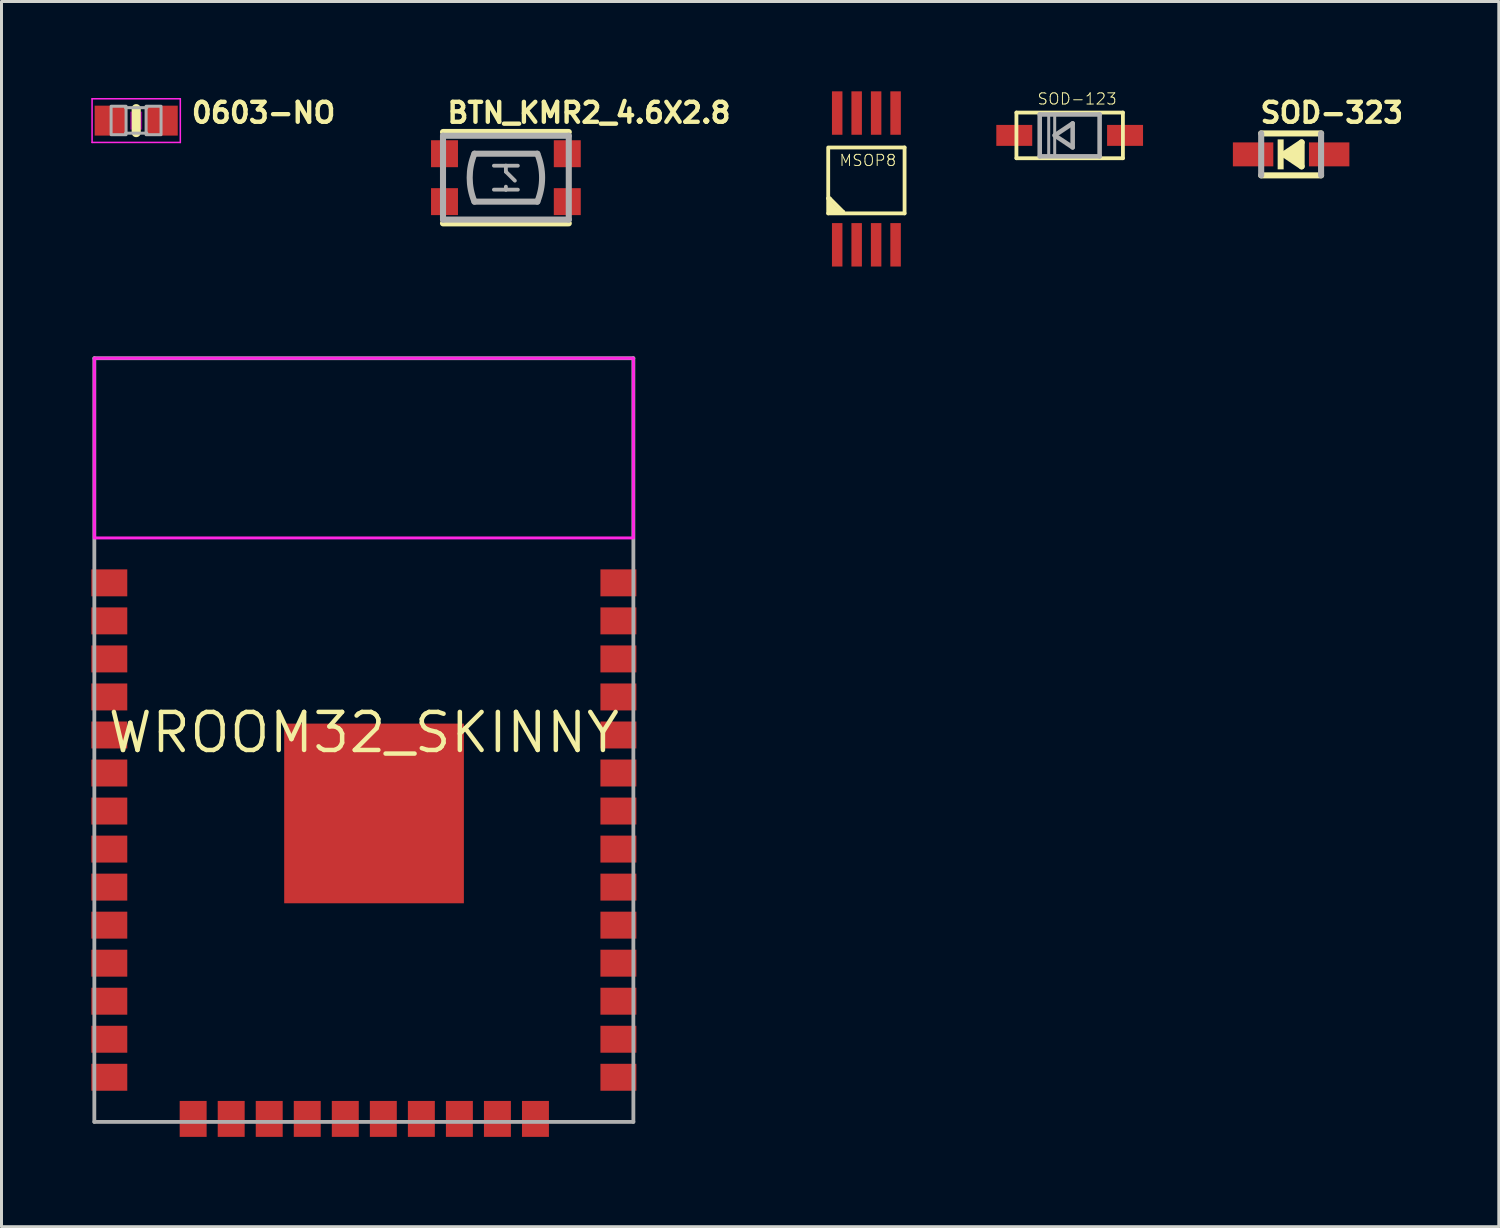
<source format=kicad_pcb>
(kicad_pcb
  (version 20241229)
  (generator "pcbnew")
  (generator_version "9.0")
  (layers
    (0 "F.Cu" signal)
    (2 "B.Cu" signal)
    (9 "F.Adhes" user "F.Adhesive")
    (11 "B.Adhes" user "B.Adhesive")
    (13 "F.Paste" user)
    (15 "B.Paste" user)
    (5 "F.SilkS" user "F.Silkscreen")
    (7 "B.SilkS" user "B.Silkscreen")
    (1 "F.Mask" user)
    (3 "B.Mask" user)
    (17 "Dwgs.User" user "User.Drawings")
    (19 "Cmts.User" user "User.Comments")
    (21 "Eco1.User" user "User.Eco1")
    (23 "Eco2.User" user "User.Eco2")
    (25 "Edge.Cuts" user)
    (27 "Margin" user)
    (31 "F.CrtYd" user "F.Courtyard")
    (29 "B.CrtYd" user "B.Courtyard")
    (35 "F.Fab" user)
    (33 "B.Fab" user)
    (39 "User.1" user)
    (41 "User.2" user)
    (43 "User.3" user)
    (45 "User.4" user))
  (footprint "0603-NO"
    (layer "F.Cu")
    (at 1.498 0.978)
    (property "Reference" "0603-NO" (at 1.778 0.127 0) (layer "F.SilkS") (effects (font (size 0.666 0.666) (thickness 0.146)) (justify left bottom)))
    (fp_line (start 0 -0.4) (end 0 0.4) (stroke (width 0.305) (type solid)) (layer "F.SilkS"))
    (fp_poly (pts (xy -0.2 0.3) (xy 0.2 0.3) (xy 0.2 -0.3) (xy -0.2 -0.3)) (stroke (width 0) (type solid)) (fill yes) (layer "F.Adhes"))
    (fp_line (start -1.473 -0.729) (end 1.473 -0.729) (stroke (width 0.051) (type solid)) (layer "F.CrtYd"))
    (fp_line (start -1.473 0.729) (end -1.473 -0.729) (stroke (width 0.051) (type solid)) (layer "F.CrtYd"))
    (fp_line (start 1.473 -0.729) (end 1.473 0.729) (stroke (width 0.051) (type solid)) (layer "F.CrtYd"))
    (fp_line (start 1.473 0.729) (end -1.473 0.729) (stroke (width 0.051) (type solid)) (layer "F.CrtYd"))
    (fp_line (start -0.356 -0.432) (end 0.356 -0.432) (stroke (width 0.102) (type solid)) (layer "F.Fab"))
    (fp_line (start -0.356 0.419) (end 0.356 0.419) (stroke (width 0.102) (type solid)) (layer "F.Fab"))
    (fp_poly (pts (xy -0.838 0.47) (xy -0.338 0.47) (xy -0.338 -0.48) (xy -0.838 -0.48)) (stroke (width 0.1) (type solid)) (fill no) (layer "F.Fab"))
    (fp_poly (pts (xy 0.33 0.47) (xy 0.83 0.47) (xy 0.83 -0.48) (xy 0.33 -0.48)) (stroke (width 0.1) (type solid)) (fill no) (layer "F.Fab"))
    (pad "1" smd rect (at -0.85 0) (size 1.075 1) (layers "F.Cu" "F.Mask" "F.Paste"))
    (pad "2" smd rect (at 0.85 0) (size 1.075 1) (layers "F.Cu" "F.Mask" "F.Paste")))
  (footprint "SOD-323"
    (layer "F.Cu")
    (at 40.064 2.105)
    (property "Reference" "SOD-323" (at -1.1 -1 0) (layer "F.SilkS") (effects (font (size 0.666 0.666) (thickness 0.146)) (justify left bottom)))
    (fp_line (start -1 -0.7) (end 1 -0.7) (stroke (width 0.203) (type solid)) (layer "F.SilkS"))
    (fp_line (start -0.25 0) (end 0.35 -0.4) (stroke (width 0.203) (type solid)) (layer "F.SilkS"))
    (fp_line (start 0.35 -0.4) (end 0.35 0.4) (stroke (width 0.203) (type solid)) (layer "F.SilkS"))
    (fp_line (start 0.35 0.4) (end -0.25 0) (stroke (width 0.203) (type solid)) (layer "F.SilkS"))
    (fp_line (start 1 0.7) (end -1 0.7) (stroke (width 0.203) (type solid)) (layer "F.SilkS"))
    (fp_poly (pts (xy 0.302 0.39) (xy -0.283 0) (xy 0.302 -0.39)) (stroke (width 0) (type solid)) (fill yes) (layer "F.SilkS"))
    (fp_poly (pts (xy -0.45 0.5) (xy -0.25 0.5) (xy -0.25 -0.5) (xy -0.45 -0.5)) (stroke (width 0) (type solid)) (fill yes) (layer "F.SilkS"))
    (fp_line (start -1 0.7) (end -1 -0.7) (stroke (width 0.203) (type solid)) (layer "F.Fab"))
    (fp_line (start 1 -0.7) (end 1 0.7) (stroke (width 0.203) (type solid)) (layer "F.Fab"))
    (pad "A" smd rect (at 1.27 0) (size 1.35 0.8) (layers "F.Cu" "F.Mask" "F.Paste"))
    (pad "C" smd rect (at -1.27 0) (size 1.35 0.8) (layers "F.Cu" "F.Mask" "F.Paste")))
  (footprint "MSOP8"
    (layer "F.Cu")
    (at 24.906 5.125)
    (property "Reference" "MSOP8" (at 0.05 -2.6 0) (layer "F.SilkS") (effects (font (size 0.374 0.374) (thickness 0.033)) (justify left bottom)))
    (fp_line (start -0.3 -1.55) (end -0.3 -3.25) (stroke (width 0.127) (type solid)) (layer "F.SilkS"))
    (fp_line (start -0.3 -1.55) (end -0.25 -1.55) (stroke (width 0.127) (type solid)) (layer "F.SilkS"))
    (fp_line (start -0.3 -1.05) (end -0.3 -1.55) (stroke (width 0.127) (type solid)) (layer "F.SilkS"))
    (fp_line (start -0.25 -3.25) (end 2.25 -3.25) (stroke (width 0.127) (type solid)) (layer "F.SilkS"))
    (fp_line (start -0.25 -1.55) (end 0.2 -1.1) (stroke (width 0.127) (type solid)) (layer "F.SilkS"))
    (fp_line (start -0.25 -1.4) (end -0.25 -1.2) (stroke (width 0.127) (type solid)) (layer "F.SilkS"))
    (fp_line (start -0.25 -1.2) (end -0.2 -1.2) (stroke (width 0.127) (type solid)) (layer "F.SilkS"))
    (fp_line (start -0.2 -1.2) (end -0.15 -1.15) (stroke (width 0.127) (type solid)) (layer "F.SilkS"))
    (fp_line (start 0 -1.15) (end -0.25 -1.4) (stroke (width 0.127) (type solid)) (layer "F.SilkS"))
    (fp_line (start 0 -1.15) (end -0.25 -1.15) (stroke (width 0.127) (type solid)) (layer "F.SilkS"))
    (fp_line (start 0.05 -1.1) (end 0 -1.15) (stroke (width 0.127) (type solid)) (layer "F.SilkS"))
    (fp_line (start 0.2 -1.1) (end 0.05 -1.1) (stroke (width 0.127) (type solid)) (layer "F.SilkS"))
    (fp_line (start 2.25 -3.25) (end 2.25 -1.05) (stroke (width 0.127) (type solid)) (layer "F.SilkS"))
    (fp_line (start 2.25 -1.05) (end -0.3 -1.05) (stroke (width 0.127) (type solid)) (layer "F.SilkS"))
    (pad "P$1" smd rect (at 0 0 90) (size 1.45 0.35) (layers "F.Cu" "F.Mask" "F.Paste"))
    (pad "P$2" smd rect (at 0.65 0 90) (size 1.45 0.35) (layers "F.Cu" "F.Mask" "F.Paste"))
    (pad "P$3" smd rect (at 1.3 0 90) (size 1.45 0.35) (layers "F.Cu" "F.Mask" "F.Paste"))
    (pad "P$4" smd rect (at 1.95 0 90) (size 1.45 0.35) (layers "F.Cu" "F.Mask" "F.Paste"))
    (pad "P$5" smd rect (at 1.95 -4.4 90) (size 1.45 0.35) (layers "F.Cu" "F.Mask" "F.Paste"))
    (pad "P$6" smd rect (at 1.3 -4.4 90) (size 1.45 0.35) (layers "F.Cu" "F.Mask" "F.Paste"))
    (pad "P$7" smd rect (at 0.65 -4.4 90) (size 1.45 0.35) (layers "F.Cu" "F.Mask" "F.Paste"))
    (pad "P$8" smd rect (at 0 -4.4 90) (size 1.45 0.35) (layers "F.Cu" "F.Mask" "F.Paste")))
  (footprint "SOD-123"
    (layer "F.Cu")
    (at 32.669 1.471)
    (property "Reference" "SOD-123" (at -1.1 -1 0) (layer "F.SilkS") (effects (font (size 0.374 0.374) (thickness 0.033)) (justify left bottom)))
    (fp_line (start -1.778 -0.762) (end 1.778 -0.762) (stroke (width 0.127) (type solid)) (layer "F.SilkS"))
    (fp_line (start -1.778 0.762) (end -1.778 -0.762) (stroke (width 0.127) (type solid)) (layer "F.SilkS"))
    (fp_line (start 1.778 -0.762) (end 1.778 0.762) (stroke (width 0.127) (type solid)) (layer "F.SilkS"))
    (fp_line (start 1.778 0.762) (end -1.778 0.762) (stroke (width 0.127) (type solid)) (layer "F.SilkS"))
    (fp_line (start -1 -0.7) (end 1 -0.7) (stroke (width 0.152) (type solid)) (layer "F.Fab"))
    (fp_line (start -1 0.7) (end -1 -0.7) (stroke (width 0.152) (type solid)) (layer "F.Fab"))
    (fp_line (start -0.5 0) (end 0.1 -0.4) (stroke (width 0.152) (type solid)) (layer "F.Fab"))
    (fp_line (start 0.1 -0.4) (end 0.1 0.4) (stroke (width 0.152) (type solid)) (layer "F.Fab"))
    (fp_line (start 0.1 0.4) (end -0.5 0) (stroke (width 0.152) (type solid)) (layer "F.Fab"))
    (fp_line (start 1 -0.7) (end 1 0.7) (stroke (width 0.152) (type solid)) (layer "F.Fab"))
    (fp_line (start 1 0.7) (end -1 0.7) (stroke (width 0.152) (type solid)) (layer "F.Fab"))
    (fp_poly (pts (xy -0.7 0.7) (xy -0.5 0.7) (xy -0.5 -0.7) (xy -0.7 -0.7)) (stroke (width 0.1) (type solid)) (fill no) (layer "F.Fab"))
    (pad "A" smd rect (at 1.85 0) (size 1.2 0.7) (layers "F.Cu" "F.Mask" "F.Paste"))
    (pad "C" smd rect (at -1.85 0) (size 1.2 0.7) (layers "F.Cu" "F.Mask" "F.Paste")))
  (footprint "BTN_KMR2_4.6X2.8"
    (layer "F.Cu")
    (at 13.843 2.883)
    (property "Reference" "BTN_KMR2_4.6X2.8" (at -2.032 -1.778 0) (layer "F.SilkS") (effects (font (size 0.666 0.666) (thickness 0.146)) (justify left bottom)))
    (fp_line (start -2.1 -1.525) (end 2.1 -1.525) (stroke (width 0.203) (type solid)) (layer "F.SilkS"))
    (fp_line (start 2.1 1.525) (end -2.1 1.525) (stroke (width 0.203) (type solid)) (layer "F.SilkS"))
    (fp_line (start -2.1 -1.4) (end 2.1 -1.4) (stroke (width 0.203) (type solid)) (layer "F.Fab"))
    (fp_line (start -2.1 1.4) (end -2.1 -1.4) (stroke (width 0.203) (type solid)) (layer "F.Fab"))
    (fp_line (start -1.05 -0.8) (end 1.05 -0.8) (stroke (width 0.203) (type solid)) (layer "F.Fab"))
    (fp_line (start -0.4 -0.4) (end 0 -0.4) (stroke (width 0.127) (type solid)) (layer "F.Fab"))
    (fp_line (start -0.4 0.4) (end 0 0.4) (stroke (width 0.127) (type solid)) (layer "F.Fab"))
    (fp_line (start 0 -0.4) (end 0 -0.2) (stroke (width 0.127) (type solid)) (layer "F.Fab"))
    (fp_line (start 0 -0.4) (end 0.4 -0.4) (stroke (width 0.127) (type solid)) (layer "F.Fab"))
    (fp_line (start 0 -0.2) (end 0.3 0.1) (stroke (width 0.127) (type solid)) (layer "F.Fab"))
    (fp_line (start 0 0.4) (end 0 0.3) (stroke (width 0.127) (type solid)) (layer "F.Fab"))
    (fp_line (start 0 0.4) (end 0.4 0.4) (stroke (width 0.127) (type solid)) (layer "F.Fab"))
    (fp_line (start 1.05 0.8) (end -1.05 0.8) (stroke (width 0.203) (type solid)) (layer "F.Fab"))
    (fp_line (start 2.1 -1.4) (end 2.1 1.4) (stroke (width 0.203) (type solid)) (layer "F.Fab"))
    (fp_line (start 2.1 1.4) (end -2.1 1.4) (stroke (width 0.203) (type solid)) (layer "F.Fab"))
    (fp_arc (start -1.05 0.8) (mid -1.209128 0) (end -1.05 -0.799999) (stroke (width 0.2032) (type solid)) (layer "F.Fab"))
    (fp_arc (start 1.05 -0.8) (mid 1.209128 0) (end 1.05 0.799999) (stroke (width 0.2032) (type solid)) (layer "F.Fab"))
    (pad "A" smd rect (at 2.05 -0.8) (size 0.9 0.9) (layers "F.Cu" "F.Mask" "F.Paste"))
    (pad "A'" smd rect (at -2.05 -0.8) (size 0.9 0.9) (layers "F.Cu" "F.Mask" "F.Paste"))
    (pad "B" smd rect (at 2.05 0.8) (size 0.9 0.9) (layers "F.Cu" "F.Mask" "F.Paste"))
    (pad "B'" smd rect (at -2.05 0.8) (size 0.9 0.9) (layers "F.Cu" "F.Mask" "F.Paste")))
  (footprint "WROOM32_SKINNY"
    (layer "F.Cu")
    (at 9.1 21.413)
    (property "Reference" "WROOM32_SKINNY" (at 0 0 0) (layer "F.SilkS") (effects (font (size 1.27 1.27) (thickness 0.15))))
    (fp_poly (pts (xy -2.032 2.032) (xy -0.254 2.032) (xy -0.254 0.254) (xy -2.032 0.254)) (stroke (width 0) (type solid)) (fill yes) (layer "F.Paste"))
    (fp_poly (pts (xy -2.032 5.08) (xy -0.254 5.08) (xy -0.254 3.302) (xy -2.032 3.302)) (stroke (width 0) (type solid)) (fill yes) (layer "F.Paste"))
    (fp_poly (pts (xy 1.016 2.032) (xy 2.794 2.032) (xy 2.794 0.254) (xy 1.016 0.254)) (stroke (width 0) (type solid)) (fill yes) (layer "F.Paste"))
    (fp_poly (pts (xy 1.016 5.08) (xy 2.794 5.08) (xy 2.794 3.302) (xy 1.016 3.302)) (stroke (width 0) (type solid)) (fill yes) (layer "F.Paste"))
    (fp_poly (pts (xy -9 -6.5) (xy 9 -6.5) (xy 9 -12.5) (xy -9 -12.5)) (stroke (width 0.1) (type solid)) (fill no) (layer "F.CrtYd"))
    (fp_line (start -9 -12.5) (end -9 13) (stroke (width 0.127) (type solid)) (layer "F.Fab"))
    (fp_line (start -9 13) (end 9 13) (stroke (width 0.127) (type solid)) (layer "F.Fab"))
    (fp_line (start 9 -12.5) (end -9 -12.5) (stroke (width 0.127) (type solid)) (layer "F.Fab"))
    (fp_line (start 9 13) (end 9 -12.5) (stroke (width 0.127) (type solid)) (layer "F.Fab"))
    (pad "1" smd rect (at -8.5 -5 180) (size 1.2 0.9) (layers "F.Cu" "F.Mask" "F.Paste"))
    (pad "2" smd rect (at -8.5 -3.73 180) (size 1.2 0.9) (layers "F.Cu" "F.Mask" "F.Paste"))
    (pad "3" smd rect (at -8.5 -2.46 180) (size 1.2 0.9) (layers "F.Cu" "F.Mask" "F.Paste"))
    (pad "4" smd rect (at -8.5 -1.19 180) (size 1.2 0.9) (layers "F.Cu" "F.Mask" "F.Paste"))
    (pad "5" smd rect (at -8.5 0.08 180) (size 1.2 0.9) (layers "F.Cu" "F.Mask" "F.Paste"))
    (pad "6" smd rect (at -8.5 1.35 180) (size 1.2 0.9) (layers "F.Cu" "F.Mask" "F.Paste"))
    (pad "7" smd rect (at -8.5 2.62 180) (size 1.2 0.9) (layers "F.Cu" "F.Mask" "F.Paste"))
    (pad "8" smd rect (at -8.5 3.89 180) (size 1.2 0.9) (layers "F.Cu" "F.Mask" "F.Paste"))
    (pad "9" smd rect (at -8.5 5.16 180) (size 1.2 0.9) (layers "F.Cu" "F.Mask" "F.Paste"))
    (pad "10" smd rect (at -8.5 6.43 180) (size 1.2 0.9) (layers "F.Cu" "F.Mask" "F.Paste"))
    (pad "11" smd rect (at -8.5 7.7 180) (size 1.2 0.9) (layers "F.Cu" "F.Mask" "F.Paste"))
    (pad "12" smd rect (at -8.5 8.97 180) (size 1.2 0.9) (layers "F.Cu" "F.Mask" "F.Paste"))
    (pad "13" smd rect (at -8.5 10.24 180) (size 1.2 0.9) (layers "F.Cu" "F.Mask" "F.Paste"))
    (pad "14" smd rect (at -8.5 11.51 180) (size 1.2 0.9) (layers "F.Cu" "F.Mask" "F.Paste"))
    (pad "15" smd rect (at -5.7 12.9 270) (size 1.2 0.9) (layers "F.Cu" "F.Mask" "F.Paste"))
    (pad "16" smd rect (at -4.43 12.9 270) (size 1.2 0.9) (layers "F.Cu" "F.Mask" "F.Paste"))
    (pad "17" smd rect (at -3.16 12.9 270) (size 1.2 0.9) (layers "F.Cu" "F.Mask" "F.Paste"))
    (pad "18" smd rect (at -1.89 12.9 270) (size 1.2 0.9) (layers "F.Cu" "F.Mask" "F.Paste"))
    (pad "19" smd rect (at -0.62 12.9 270) (size 1.2 0.9) (layers "F.Cu" "F.Mask" "F.Paste"))
    (pad "20" smd rect (at 0.65 12.9 270) (size 1.2 0.9) (layers "F.Cu" "F.Mask" "F.Paste"))
    (pad "21" smd rect (at 1.92 12.9 270) (size 1.2 0.9) (layers "F.Cu" "F.Mask" "F.Paste"))
    (pad "22" smd rect (at 3.19 12.9 270) (size 1.2 0.9) (layers "F.Cu" "F.Mask" "F.Paste"))
    (pad "23" smd rect (at 4.46 12.9 270) (size 1.2 0.9) (layers "F.Cu" "F.Mask" "F.Paste"))
    (pad "24" smd rect (at 5.73 12.9 270) (size 1.2 0.9) (layers "F.Cu" "F.Mask" "F.Paste"))
    (pad "25" smd rect (at 8.5 11.51) (size 1.2 0.9) (layers "F.Cu" "F.Mask" "F.Paste"))
    (pad "26" smd rect (at 8.5 10.24) (size 1.2 0.9) (layers "F.Cu" "F.Mask" "F.Paste"))
    (pad "27" smd rect (at 8.5 8.97) (size 1.2 0.9) (layers "F.Cu" "F.Mask" "F.Paste"))
    (pad "28" smd rect (at 8.5 7.7) (size 1.2 0.9) (layers "F.Cu" "F.Mask" "F.Paste"))
    (pad "29" smd rect (at 8.5 6.43) (size 1.2 0.9) (layers "F.Cu" "F.Mask" "F.Paste"))
    (pad "30" smd rect (at 8.5 5.16) (size 1.2 0.9) (layers "F.Cu" "F.Mask" "F.Paste"))
    (pad "31" smd rect (at 8.5 3.89) (size 1.2 0.9) (layers "F.Cu" "F.Mask" "F.Paste"))
    (pad "32" smd rect (at 8.5 2.62) (size 1.2 0.9) (layers "F.Cu" "F.Mask" "F.Paste"))
    (pad "33" smd rect (at 8.5 1.35) (size 1.2 0.9) (layers "F.Cu" "F.Mask" "F.Paste"))
    (pad "34" smd rect (at 8.5 0.08) (size 1.2 0.9) (layers "F.Cu" "F.Mask" "F.Paste"))
    (pad "35" smd rect (at 8.5 -1.19) (size 1.2 0.9) (layers "F.Cu" "F.Mask" "F.Paste"))
    (pad "36" smd rect (at 8.5 -2.46) (size 1.2 0.9) (layers "F.Cu" "F.Mask" "F.Paste"))
    (pad "37" smd rect (at 8.5 -3.73) (size 1.2 0.9) (layers "F.Cu" "F.Mask" "F.Paste"))
    (pad "38" smd rect (at 8.5 -5) (size 1.2 0.9) (layers "F.Cu" "F.Mask" "F.Paste"))
    (pad "P$1" smd rect (at 0.34 2.7) (size 6 6) (layers "F.Cu" "F.Mask")))
  (gr_rect
    (start -3 -3)
    (end 46.999 37.913)
    (stroke (width 0.1) (type default))
    (fill no)
    (layer "Edge.Cuts")))
</source>
